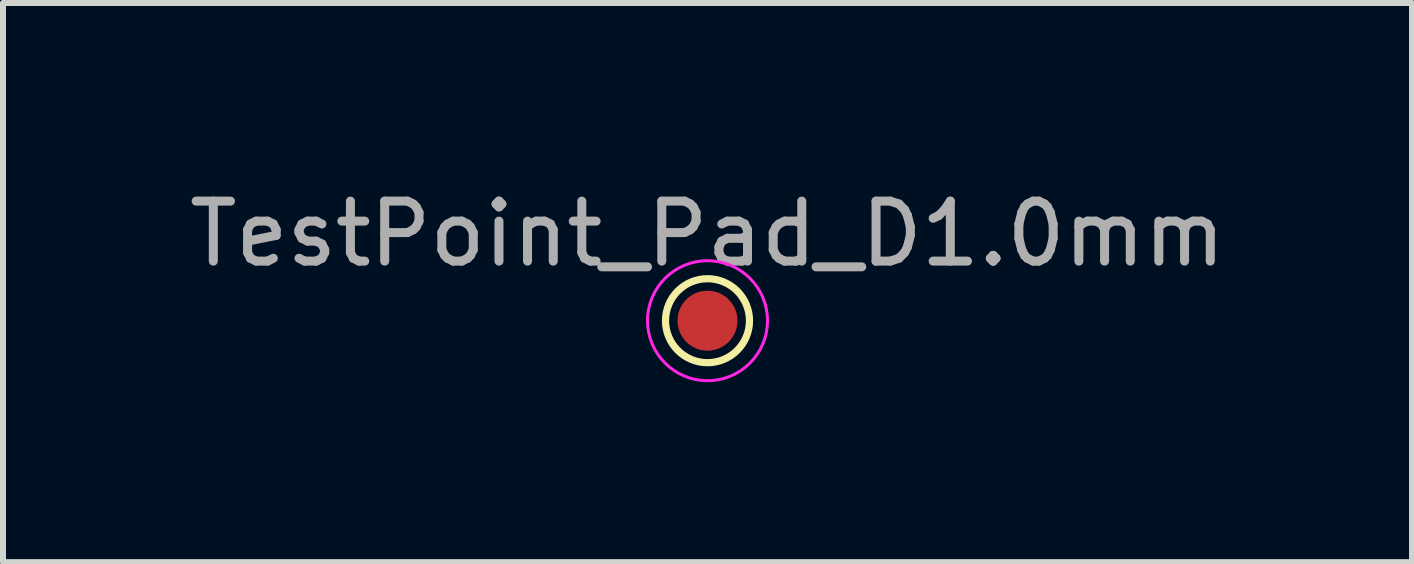
<source format=kicad_pcb>
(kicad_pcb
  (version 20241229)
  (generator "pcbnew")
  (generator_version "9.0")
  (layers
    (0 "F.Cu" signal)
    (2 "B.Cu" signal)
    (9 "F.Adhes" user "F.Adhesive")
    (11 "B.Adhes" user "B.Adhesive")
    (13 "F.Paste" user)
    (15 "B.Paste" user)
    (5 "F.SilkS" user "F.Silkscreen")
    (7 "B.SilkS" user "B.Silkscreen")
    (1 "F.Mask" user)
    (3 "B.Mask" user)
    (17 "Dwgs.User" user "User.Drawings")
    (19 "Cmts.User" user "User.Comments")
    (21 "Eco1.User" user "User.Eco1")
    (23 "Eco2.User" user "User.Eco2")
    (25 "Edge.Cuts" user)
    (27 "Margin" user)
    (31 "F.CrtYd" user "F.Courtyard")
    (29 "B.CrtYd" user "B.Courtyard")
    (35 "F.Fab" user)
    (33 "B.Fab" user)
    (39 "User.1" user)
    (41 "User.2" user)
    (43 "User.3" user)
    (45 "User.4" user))
  (footprint "TestPoint_Pad_D1.0mm"
    (layer "F.Cu")
    (at 8.744 2.296)
    (property "Reference" "TestPoint_Pad_D1.0mm" (at 0 -1.448 0) (layer "F.Fab") (effects (font (size 1 1) (thickness 0.15))))
    (attr exclude_from_pos_files exclude_from_bom)
    (fp_circle (center 0 0) (end 0.7 0) (stroke (width 0.12) (type solid)) (fill no) (layer "F.SilkS"))
    (fp_circle (center 0 0) (end 1 0) (stroke (width 0.05) (type solid)) (fill no) (layer "F.CrtYd"))
    (pad "1" smd circle (at 0 0) (size 1 1) (layers "F.Cu" "F.Mask")))
  (gr_rect
    (start -3 -3)
    (end 20.488 6.321)
    (stroke (width 0.1) (type default))
    (fill no)
    (layer "Edge.Cuts")))
</source>
